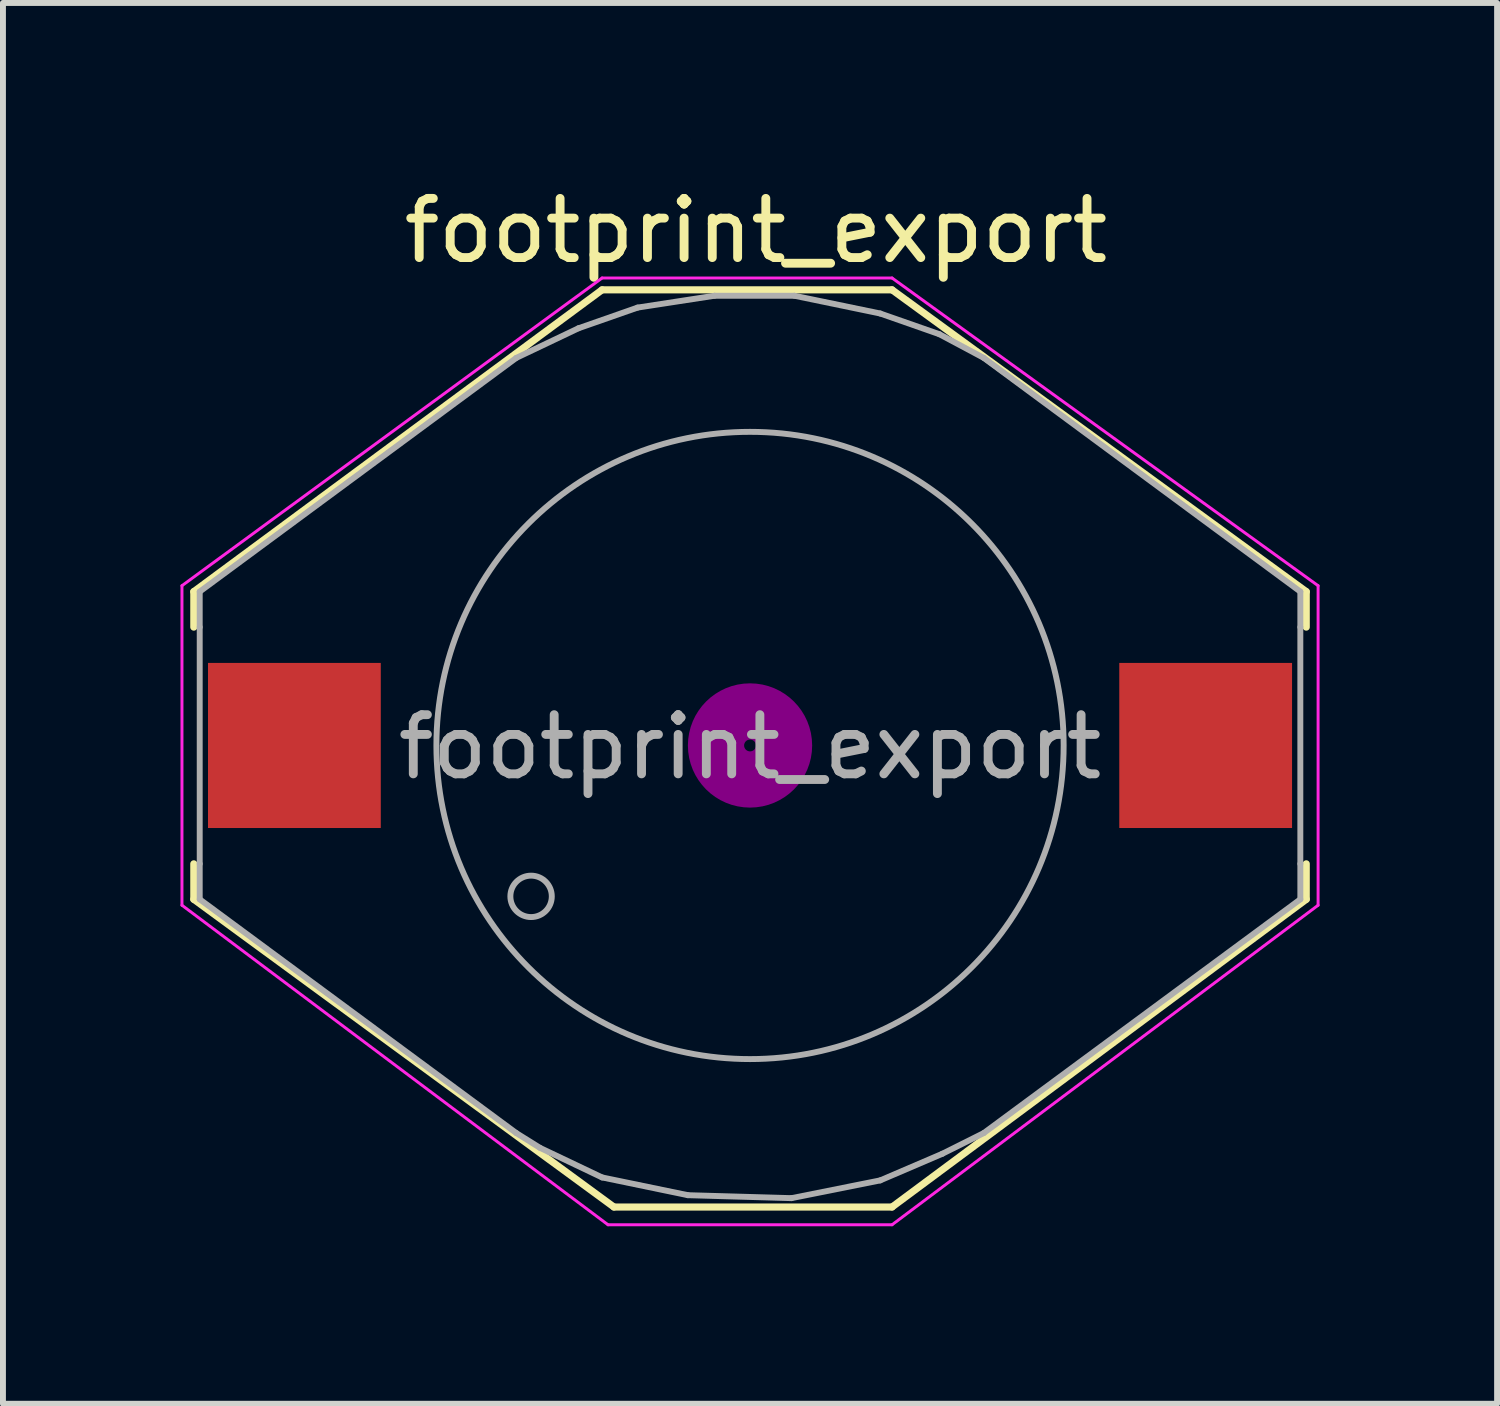
<source format=kicad_pcb>
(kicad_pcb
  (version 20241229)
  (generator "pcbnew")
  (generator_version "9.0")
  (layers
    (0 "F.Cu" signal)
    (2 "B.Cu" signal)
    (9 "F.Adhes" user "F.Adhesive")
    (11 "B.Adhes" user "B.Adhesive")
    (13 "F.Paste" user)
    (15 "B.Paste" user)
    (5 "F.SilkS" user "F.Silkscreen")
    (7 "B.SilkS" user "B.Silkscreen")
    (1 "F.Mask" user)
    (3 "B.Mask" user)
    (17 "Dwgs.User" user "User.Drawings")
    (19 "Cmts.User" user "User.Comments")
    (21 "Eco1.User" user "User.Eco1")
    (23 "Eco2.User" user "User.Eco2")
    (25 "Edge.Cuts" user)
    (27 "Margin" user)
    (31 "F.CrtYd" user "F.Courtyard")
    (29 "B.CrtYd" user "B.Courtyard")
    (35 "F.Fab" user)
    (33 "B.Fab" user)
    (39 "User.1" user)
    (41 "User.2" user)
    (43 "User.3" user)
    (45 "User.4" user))
  (footprint "footprint_export"
    (layer "F.Cu")
    (at 9.625 9.548)
    (property "Reference" "footprint_export" (at 0.1 -8.7 0) (layer "F.SilkS") (effects (font (size 1 1) (thickness 0.15))))
    (attr smd)
    (fp_line (start -9.4 -2.6) (end -2.5 -7.7) (stroke (width 0.12) (type solid)) (layer "F.SilkS"))
    (fp_line (start -9.4 -2) (end -9.4 -2.6) (stroke (width 0.12) (type solid)) (layer "F.SilkS"))
    (fp_line (start -9.4 2.6) (end -9.4 2) (stroke (width 0.12) (type solid)) (layer "F.SilkS"))
    (fp_line (start -9.4 2.6) (end -2.3 7.8) (stroke (width 0.12) (type solid)) (layer "F.SilkS"))
    (fp_line (start -2.5 -7.7) (end 2.4 -7.7) (stroke (width 0.12) (type solid)) (layer "F.SilkS"))
    (fp_line (start -2.3 7.8) (end 2.4 7.8) (stroke (width 0.12) (type solid)) (layer "F.SilkS"))
    (fp_line (start 2.4 -7.7) (end 9.4 -2.6) (stroke (width 0.12) (type solid)) (layer "F.SilkS"))
    (fp_line (start 2.4 7.8) (end 9.4 2.6) (stroke (width 0.12) (type solid)) (layer "F.SilkS"))
    (fp_line (start 9.4 -2) (end 9.4 -2.6) (stroke (width 0.12) (type solid)) (layer "F.SilkS"))
    (fp_line (start 9.4 2.6) (end 9.4 2) (stroke (width 0.12) (type solid)) (layer "F.SilkS"))
    (fp_circle (center 0 0) (end 0.1 0) (stroke (width 0.3) (type solid)) (fill no) (layer "F.Adhes"))
    (fp_circle (center 0 0) (end 0.3 0) (stroke (width 0.3) (type solid)) (fill no) (layer "F.Adhes"))
    (fp_circle (center 0 0) (end 0.5 0) (stroke (width 0.3) (type solid)) (fill no) (layer "F.Adhes"))
    (fp_circle (center 0 0) (end 0.7 0) (stroke (width 0.3) (type solid)) (fill no) (layer "F.Adhes"))
    (fp_circle (center 0 0) (end 0.9 0) (stroke (width 0.3) (type solid)) (fill no) (layer "F.Adhes"))
    (fp_line (start -9.6 -2.7) (end -2.5 -7.9) (stroke (width 0.05) (type solid)) (layer "F.CrtYd"))
    (fp_line (start -9.6 2.7) (end -9.6 -2.7) (stroke (width 0.05) (type solid)) (layer "F.CrtYd"))
    (fp_line (start -2.5 -7.9) (end 2.4 -7.9) (stroke (width 0.05) (type solid)) (layer "F.CrtYd"))
    (fp_line (start -2.4 8.1) (end -9.6 2.7) (stroke (width 0.05) (type solid)) (layer "F.CrtYd"))
    (fp_line (start 2.4 -7.9) (end 9.6 -2.7) (stroke (width 0.05) (type solid)) (layer "F.CrtYd"))
    (fp_line (start 2.4 8.1) (end -2.4 8.1) (stroke (width 0.05) (type solid)) (layer "F.CrtYd"))
    (fp_line (start 9.6 -2.7) (end 9.6 2.7) (stroke (width 0.05) (type solid)) (layer "F.CrtYd"))
    (fp_line (start 9.6 2.7) (end 2.4 8.1) (stroke (width 0.05) (type solid)) (layer "F.CrtYd"))
    (fp_line (start -9.3 -2.6) (end -9.3 -2) (stroke (width 0.1) (type solid)) (layer "F.Fab"))
    (fp_line (start -9.3 -2.6) (end -3.95 -6.55) (stroke (width 0.1) (type solid)) (layer "F.Fab"))
    (fp_line (start -9.3 2) (end -9.3 -2) (stroke (width 0.1) (type solid)) (layer "F.Fab"))
    (fp_line (start -9.3 2) (end -9.3 2.6) (stroke (width 0.1) (type solid)) (layer "F.Fab"))
    (fp_line (start -9.3 2.6) (end -3.95 6.55) (stroke (width 0.1) (type solid)) (layer "F.Fab"))
    (fp_line (start -3.95 -6.55) (end -2.9 -7.05) (stroke (width 0.1) (type solid)) (layer "F.Fab"))
    (fp_line (start -3.55 6.8) (end -3.95 6.55) (stroke (width 0.1) (type solid)) (layer "F.Fab"))
    (fp_line (start -2.9 -7.05) (end -1.9 -7.4) (stroke (width 0.1) (type solid)) (layer "F.Fab"))
    (fp_line (start -2.5 7.3) (end -3.55 6.8) (stroke (width 0.1) (type solid)) (layer "F.Fab"))
    (fp_line (start -1.9 -7.4) (end -0.6 -7.6) (stroke (width 0.1) (type solid)) (layer "F.Fab"))
    (fp_line (start -1.05 7.6) (end -2.5 7.3) (stroke (width 0.1) (type solid)) (layer "F.Fab"))
    (fp_line (start -0.6 -7.6) (end 0.75 -7.6) (stroke (width 0.1) (type solid)) (layer "F.Fab"))
    (fp_line (start 0.7 7.65) (end -1.05 7.6) (stroke (width 0.1) (type solid)) (layer "F.Fab"))
    (fp_line (start 0.75 -7.6) (end 2.2 -7.3) (stroke (width 0.1) (type solid)) (layer "F.Fab"))
    (fp_line (start 2.2 -7.3) (end 3.2 -6.95) (stroke (width 0.1) (type solid)) (layer "F.Fab"))
    (fp_line (start 2.2 7.35) (end 0.7 7.65) (stroke (width 0.1) (type solid)) (layer "F.Fab"))
    (fp_line (start 3.2 -6.95) (end 3.95 -6.55) (stroke (width 0.1) (type solid)) (layer "F.Fab"))
    (fp_line (start 3.25 6.9) (end 2.2 7.35) (stroke (width 0.1) (type solid)) (layer "F.Fab"))
    (fp_line (start 3.95 -6.55) (end 9.3 -2.6) (stroke (width 0.1) (type solid)) (layer "F.Fab"))
    (fp_line (start 3.95 6.55) (end 3.25 6.9) (stroke (width 0.1) (type solid)) (layer "F.Fab"))
    (fp_line (start 9.3 -2) (end 9.3 -2.6) (stroke (width 0.1) (type solid)) (layer "F.Fab"))
    (fp_line (start 9.3 -2) (end 9.3 2) (stroke (width 0.1) (type solid)) (layer "F.Fab"))
    (fp_line (start 9.3 2) (end 9.3 2.6) (stroke (width 0.1) (type solid)) (layer "F.Fab"))
    (fp_line (start 9.3 2.6) (end 3.95 6.55) (stroke (width 0.1) (type solid)) (layer "F.Fab"))
    (fp_circle (center -3.7 2.55) (end -3.7 2.2) (stroke (width 0.1) (type solid)) (fill no) (layer "F.Fab"))
    (fp_circle (center 0 0) (end 0 -5.3) (stroke (width 0.1) (type solid)) (fill no) (layer "F.Fab"))
    (fp_text user "${REFERENCE}" (at 0 0.025 0) (layer "F.Fab") (effects (font (size 1 1) (thickness 0.15))))
    (pad "1" smd rect (at -7.7 0 90) (size 2.79 2.92) (layers "F.Cu" "F.Mask" "F.Paste"))
    (pad "2" smd rect (at 7.7 0 90) (size 2.79 2.92) (layers "F.Cu" "F.Mask" "F.Paste")))
  (gr_rect
    (start -3 -3)
    (end 22.25 20.673)
    (stroke (width 0.1) (type default))
    (fill no)
    (layer "Edge.Cuts")))
</source>
